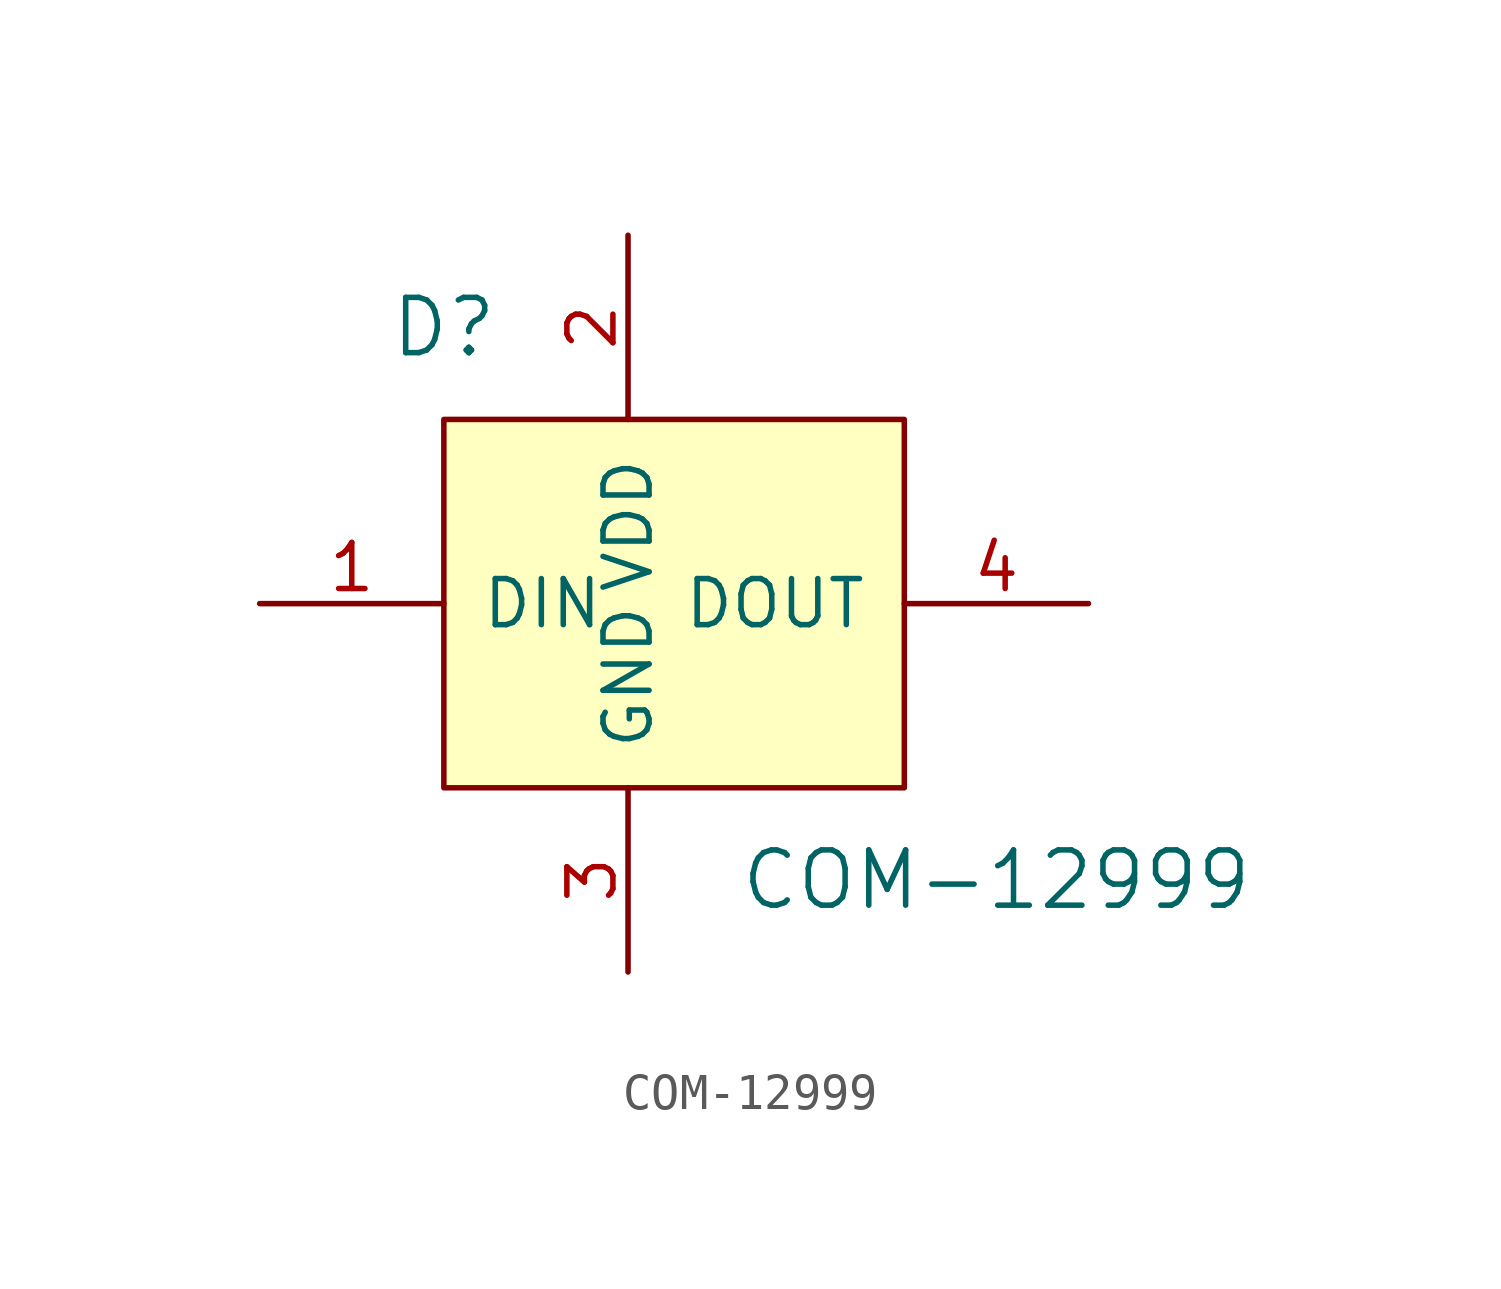
<source format=kicad_sym>
(kicad_symbol_lib
  (version 20201005)
  (generator kicad_symbol_editor)
  (symbol "COM-12999"
    (pin_names
      (offset 1.016))
    (property "Reference" "D"
      (at -7.62 7.62 0)
      (effects (font (size 1.524 1.524))))
    (property "Value" "COM-12999"
      (at 7.62 -7.62 0)
      (effects (font (size 1.524 1.524))))
    (symbol "COM-12999_0_1"
      (rectangle (start -7.62 5.08) (end 5.08 -5.08) (stroke (width 0)) (fill (type background))))
    (symbol "COM-12999_1_1"
      (pin input line (at -12.7 0 0) (length 5.08) (name "DIN" (effects (font (size 1.27 1.27)))) (number "1" (effects (font (size 1.27 1.27)))))
      (pin power_in line (at -2.54 10.16 270) (length 5.08) (name "VDD" (effects (font (size 1.27 1.27)))) (number "2" (effects (font (size 1.27 1.27)))))
      (pin power_in line (at -2.54 -10.16 90) (length 5.08) (name "GND" (effects (font (size 1.27 1.27)))) (number "3" (effects (font (size 1.27 1.27)))))
      (pin output line (at 10.16 0 180) (length 5.08) (name "DOUT" (effects (font (size 1.27 1.27)))) (number "4" (effects (font (size 1.27 1.27))))))))
</source>
